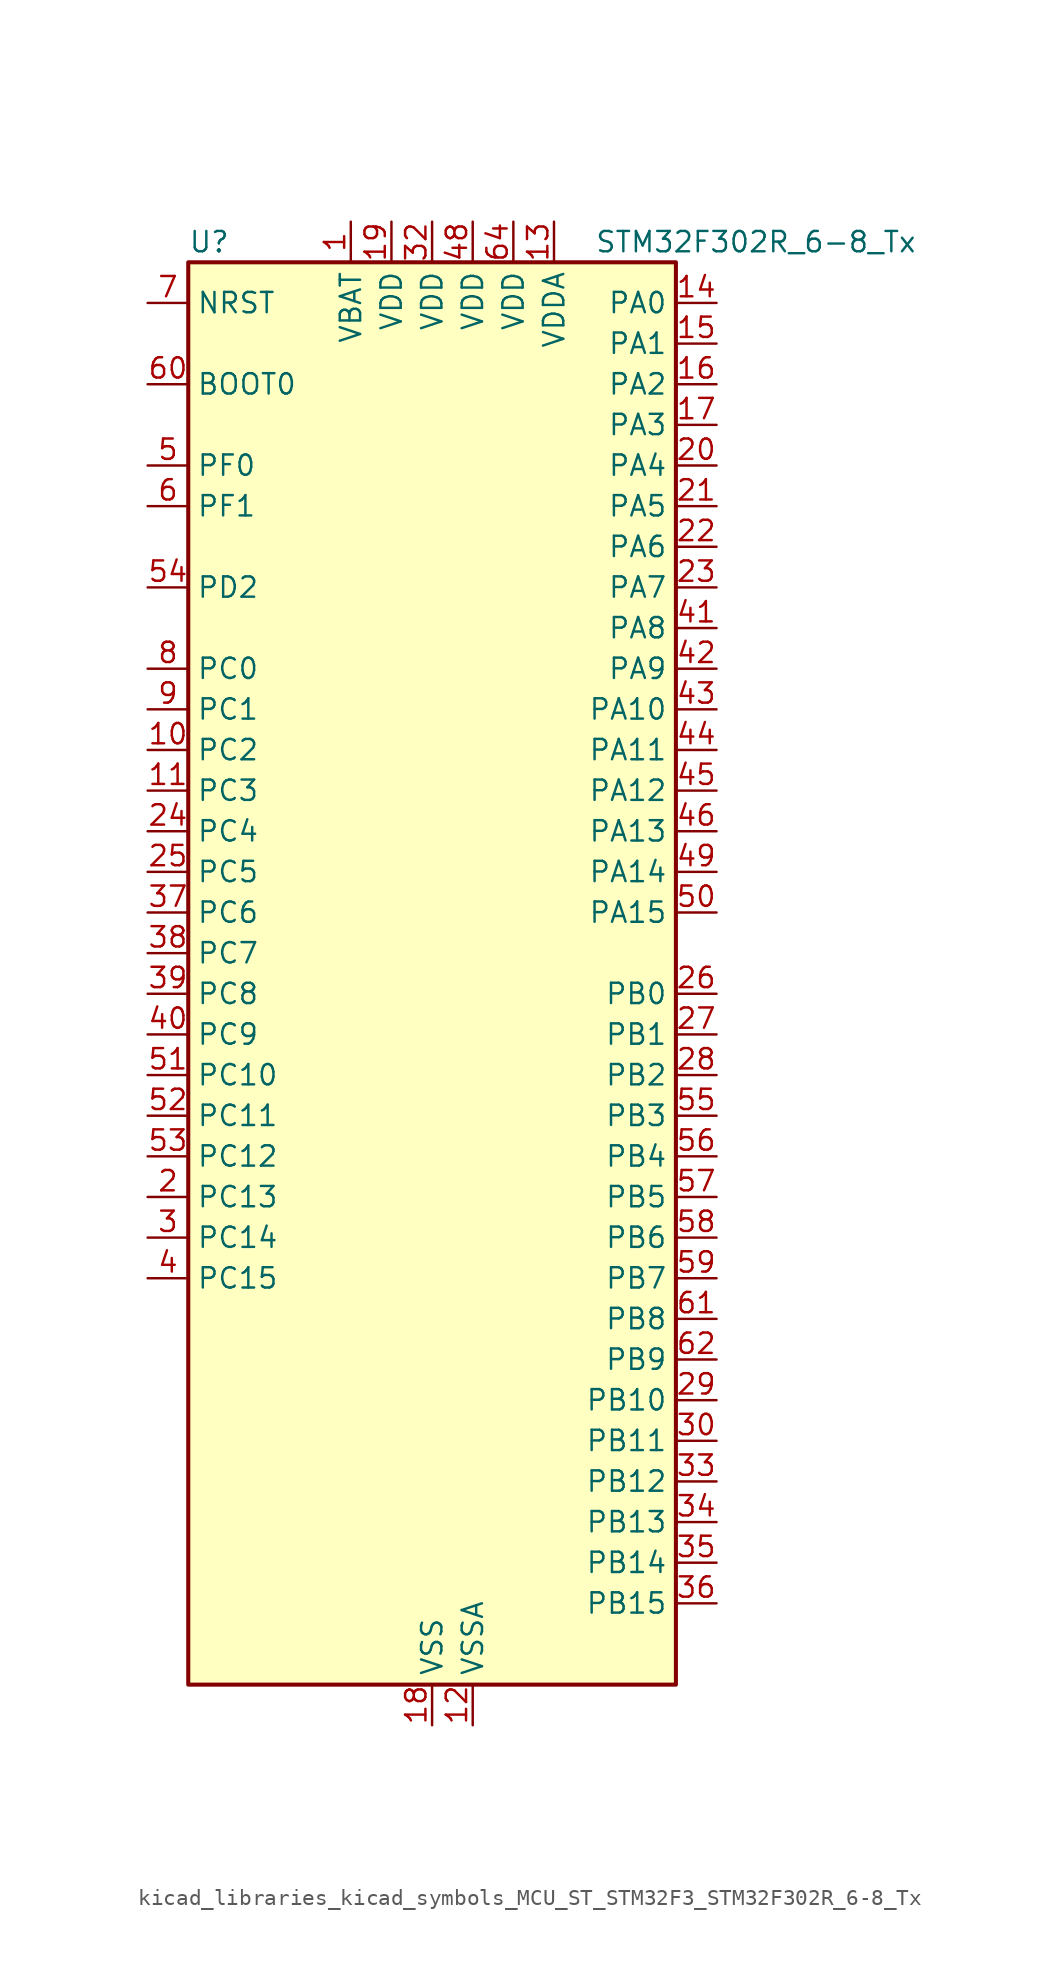
<source format=kicad_sym>
(kicad_symbol_lib
  (version 20220914)
  (generator kicad_symbol_editor)
  (symbol "kicad_libraries_kicad_symbols_MCU_ST_STM32F3_STM32F302R_6-8_Tx"
    (property "Reference" "U"
      (at -15.24 46.99 0)
      (effects (font (size 1.27 1.27)) (justify left)))
    (property "Value" "STM32F302R_6-8_Tx"
      (at 10.16 46.99 0)
      (effects (font (size 1.27 1.27)) (justify left)))
    (property "ki_locked" ""
      (at 0 0 0)
      (effects (font (size 1.27 1.27))))
    (symbol "kicad_libraries_kicad_symbols_MCU_ST_STM32F3_STM32F302R_6-8_Tx_0_1"
      (rectangle (start -15.24 -43.18) (end 15.24 45.72) (stroke (width 0.254) (type default)) (fill (type background))))
    (symbol "kicad_libraries_kicad_symbols_MCU_ST_STM32F3_STM32F302R_6-8_Tx_1_1"
      (pin power_in line (at -5.08 48.26 270) (length 2.54) (name "VBAT" (effects (font (size 1.27 1.27)))) (number "1" (effects (font (size 1.27 1.27)))))
      (pin bidirectional line (at -17.78 15.24 0) (length 2.54) (name "PC2" (effects (font (size 1.27 1.27)))) (number "10" (effects (font (size 1.27 1.27)))) (alternate "ADC1_IN8" bidirectional line) (alternate "TIM1_CH3" bidirectional line))
      (pin bidirectional line (at -17.78 12.7 0) (length 2.54) (name "PC3" (effects (font (size 1.27 1.27)))) (number "11" (effects (font (size 1.27 1.27)))) (alternate "ADC1_IN9" bidirectional line) (alternate "TIM1_BKIN2" bidirectional line) (alternate "TIM1_CH4" bidirectional line))
      (pin power_in line (at 2.54 -45.72 90) (length 2.54) (name "VSSA" (effects (font (size 1.27 1.27)))) (number "12" (effects (font (size 1.27 1.27)))))
      (pin power_in line (at 7.62 48.26 270) (length 2.54) (name "VDDA" (effects (font (size 1.27 1.27)))) (number "13" (effects (font (size 1.27 1.27)))))
      (pin bidirectional line (at 17.78 43.18 180) (length 2.54) (name "PA0" (effects (font (size 1.27 1.27)))) (number "14" (effects (font (size 1.27 1.27)))) (alternate "ADC1_IN1" bidirectional line) (alternate "RTC_TAMP2" bidirectional line) (alternate "SYS_WKUP1" bidirectional line) (alternate "TIM2_CH1" bidirectional line) (alternate "TIM2_ETR" bidirectional line) (alternate "TSC_G1_IO1" bidirectional line) (alternate "USART2_CTS" bidirectional line))
      (pin bidirectional line (at 17.78 40.64 180) (length 2.54) (name "PA1" (effects (font (size 1.27 1.27)))) (number "15" (effects (font (size 1.27 1.27)))) (alternate "ADC1_IN2" bidirectional line) (alternate "RTC_REFIN" bidirectional line) (alternate "TIM15_CH1N" bidirectional line) (alternate "TIM2_CH2" bidirectional line) (alternate "TSC_G1_IO2" bidirectional line) (alternate "USART2_DE" bidirectional line) (alternate "USART2_RTS" bidirectional line))
      (pin bidirectional line (at 17.78 38.1 180) (length 2.54) (name "PA2" (effects (font (size 1.27 1.27)))) (number "16" (effects (font (size 1.27 1.27)))) (alternate "ADC1_IN3" bidirectional line) (alternate "COMP2_INM" bidirectional line) (alternate "COMP2_OUT" bidirectional line) (alternate "TIM15_CH1" bidirectional line) (alternate "TIM2_CH3" bidirectional line) (alternate "TSC_G1_IO3" bidirectional line) (alternate "USART2_TX" bidirectional line))
      (pin bidirectional line (at 17.78 35.56 180) (length 2.54) (name "PA3" (effects (font (size 1.27 1.27)))) (number "17" (effects (font (size 1.27 1.27)))) (alternate "ADC1_IN4" bidirectional line) (alternate "TIM15_CH2" bidirectional line) (alternate "TIM2_CH4" bidirectional line) (alternate "TSC_G1_IO4" bidirectional line) (alternate "USART2_RX" bidirectional line))
      (pin power_in line (at 0 -45.72 90) (length 2.54) (name "VSS" (effects (font (size 1.27 1.27)))) (number "18" (effects (font (size 1.27 1.27)))))
      (pin power_in line (at -2.54 48.26 270) (length 2.54) (name "VDD" (effects (font (size 1.27 1.27)))) (number "19" (effects (font (size 1.27 1.27)))))
      (pin bidirectional line (at -17.78 -12.7 0) (length 2.54) (name "PC13" (effects (font (size 1.27 1.27)))) (number "2" (effects (font (size 1.27 1.27)))) (alternate "RTC_OUT_ALARM" bidirectional line) (alternate "RTC_OUT_CALIB" bidirectional line) (alternate "RTC_TAMP1" bidirectional line) (alternate "RTC_TS" bidirectional line) (alternate "SYS_WKUP2" bidirectional line) (alternate "TIM1_CH1N" bidirectional line))
      (pin bidirectional line (at 17.78 33.02 180) (length 2.54) (name "PA4" (effects (font (size 1.27 1.27)))) (number "20" (effects (font (size 1.27 1.27)))) (alternate "ADC1_IN5" bidirectional line) (alternate "COMP2_INM" bidirectional line) (alternate "COMP4_INM" bidirectional line) (alternate "COMP6_INM" bidirectional line) (alternate "DAC_OUT1" bidirectional line) (alternate "I2S3_WS" bidirectional line) (alternate "SPI3_NSS" bidirectional line) (alternate "TSC_G2_IO1" bidirectional line) (alternate "USART2_CK" bidirectional line))
      (pin bidirectional line (at 17.78 30.48 180) (length 2.54) (name "PA5" (effects (font (size 1.27 1.27)))) (number "21" (effects (font (size 1.27 1.27)))) (alternate "OPAMP2_VINM" bidirectional line) (alternate "OPAMP2_VINM_SEC" bidirectional line) (alternate "TIM2_CH1" bidirectional line) (alternate "TIM2_ETR" bidirectional line) (alternate "TSC_G2_IO2" bidirectional line))
      (pin bidirectional line (at 17.78 27.94 180) (length 2.54) (name "PA6" (effects (font (size 1.27 1.27)))) (number "22" (effects (font (size 1.27 1.27)))) (alternate "ADC1_IN10" bidirectional line) (alternate "OPAMP2_VOUT" bidirectional line) (alternate "TIM16_CH1" bidirectional line) (alternate "TIM1_BKIN" bidirectional line) (alternate "TSC_G2_IO3" bidirectional line))
      (pin bidirectional line (at 17.78 25.4 180) (length 2.54) (name "PA7" (effects (font (size 1.27 1.27)))) (number "23" (effects (font (size 1.27 1.27)))) (alternate "ADC1_IN15" bidirectional line) (alternate "COMP2_INP" bidirectional line) (alternate "OPAMP2_VINP" bidirectional line) (alternate "OPAMP2_VINP_SEC" bidirectional line) (alternate "TIM17_CH1" bidirectional line) (alternate "TIM1_CH1N" bidirectional line) (alternate "TSC_G2_IO4" bidirectional line))
      (pin bidirectional line (at -17.78 10.16 0) (length 2.54) (name "PC4" (effects (font (size 1.27 1.27)))) (number "24" (effects (font (size 1.27 1.27)))) (alternate "TIM1_ETR" bidirectional line) (alternate "USART1_TX" bidirectional line))
      (pin bidirectional line (at -17.78 7.62 0) (length 2.54) (name "PC5" (effects (font (size 1.27 1.27)))) (number "25" (effects (font (size 1.27 1.27)))) (alternate "OPAMP2_VINM" bidirectional line) (alternate "OPAMP2_VINM_SEC" bidirectional line) (alternate "TIM15_BKIN" bidirectional line) (alternate "TSC_G3_IO1" bidirectional line) (alternate "USART1_RX" bidirectional line))
      (pin bidirectional line (at 17.78 0 180) (length 2.54) (name "PB0" (effects (font (size 1.27 1.27)))) (number "26" (effects (font (size 1.27 1.27)))) (alternate "ADC1_IN11" bidirectional line) (alternate "COMP4_INP" bidirectional line) (alternate "OPAMP2_VINP" bidirectional line) (alternate "OPAMP2_VINP_SEC" bidirectional line) (alternate "TIM1_CH2N" bidirectional line) (alternate "TSC_G3_IO2" bidirectional line))
      (pin bidirectional line (at 17.78 -2.54 180) (length 2.54) (name "PB1" (effects (font (size 1.27 1.27)))) (number "27" (effects (font (size 1.27 1.27)))) (alternate "ADC1_IN12" bidirectional line) (alternate "COMP4_OUT" bidirectional line) (alternate "TIM1_CH3N" bidirectional line) (alternate "TSC_G3_IO3" bidirectional line))
      (pin bidirectional line (at 17.78 -5.08 180) (length 2.54) (name "PB2" (effects (font (size 1.27 1.27)))) (number "28" (effects (font (size 1.27 1.27)))) (alternate "COMP4_INM" bidirectional line) (alternate "TSC_G3_IO4" bidirectional line))
      (pin bidirectional line (at 17.78 -25.4 180) (length 2.54) (name "PB10" (effects (font (size 1.27 1.27)))) (number "29" (effects (font (size 1.27 1.27)))) (alternate "TIM2_CH3" bidirectional line) (alternate "TSC_SYNC" bidirectional line) (alternate "USART3_TX" bidirectional line))
      (pin bidirectional line (at -17.78 -15.24 0) (length 2.54) (name "PC14" (effects (font (size 1.27 1.27)))) (number "3" (effects (font (size 1.27 1.27)))) (alternate "RCC_OSC32_IN" bidirectional line))
      (pin bidirectional line (at 17.78 -27.94 180) (length 2.54) (name "PB11" (effects (font (size 1.27 1.27)))) (number "30" (effects (font (size 1.27 1.27)))) (alternate "ADC1_EXTI11" bidirectional line) (alternate "ADC1_IN14" bidirectional line) (alternate "COMP6_INP" bidirectional line) (alternate "TIM2_CH4" bidirectional line) (alternate "TSC_G6_IO1" bidirectional line) (alternate "USART3_RX" bidirectional line))
      (pin passive line (at 0 -45.72 90) (length 2.54) hide (name "VSS" (effects (font (size 1.27 1.27)))) (number "31" (effects (font (size 1.27 1.27)))))
      (pin power_in line (at 0 48.26 270) (length 2.54) (name "VDD" (effects (font (size 1.27 1.27)))) (number "32" (effects (font (size 1.27 1.27)))))
      (pin bidirectional line (at 17.78 -30.48 180) (length 2.54) (name "PB12" (effects (font (size 1.27 1.27)))) (number "33" (effects (font (size 1.27 1.27)))) (alternate "I2C2_SMBA" bidirectional line) (alternate "I2S2_WS" bidirectional line) (alternate "SPI2_NSS" bidirectional line) (alternate "TIM1_BKIN" bidirectional line) (alternate "TSC_G6_IO2" bidirectional line) (alternate "USART3_CK" bidirectional line))
      (pin bidirectional line (at 17.78 -33.02 180) (length 2.54) (name "PB13" (effects (font (size 1.27 1.27)))) (number "34" (effects (font (size 1.27 1.27)))) (alternate "ADC1_IN13" bidirectional line) (alternate "I2S2_CK" bidirectional line) (alternate "SPI2_SCK" bidirectional line) (alternate "TIM1_CH1N" bidirectional line) (alternate "TSC_G6_IO3" bidirectional line) (alternate "USART3_CTS" bidirectional line))
      (pin bidirectional line (at 17.78 -35.56 180) (length 2.54) (name "PB14" (effects (font (size 1.27 1.27)))) (number "35" (effects (font (size 1.27 1.27)))) (alternate "I2S2_ext_SD" bidirectional line) (alternate "OPAMP2_VINP" bidirectional line) (alternate "OPAMP2_VINP_SEC" bidirectional line) (alternate "SPI2_MISO" bidirectional line) (alternate "TIM15_CH1" bidirectional line) (alternate "TIM1_CH2N" bidirectional line) (alternate "TSC_G6_IO4" bidirectional line) (alternate "USART3_DE" bidirectional line) (alternate "USART3_RTS" bidirectional line))
      (pin bidirectional line (at 17.78 -38.1 180) (length 2.54) (name "PB15" (effects (font (size 1.27 1.27)))) (number "36" (effects (font (size 1.27 1.27)))) (alternate "ADC1_EXTI15" bidirectional line) (alternate "COMP6_INM" bidirectional line) (alternate "I2S2_SD" bidirectional line) (alternate "RTC_REFIN" bidirectional line) (alternate "SPI2_MOSI" bidirectional line) (alternate "TIM15_CH1N" bidirectional line) (alternate "TIM15_CH2" bidirectional line) (alternate "TIM1_CH3N" bidirectional line))
      (pin bidirectional line (at -17.78 5.08 0) (length 2.54) (name "PC6" (effects (font (size 1.27 1.27)))) (number "37" (effects (font (size 1.27 1.27)))) (alternate "COMP6_OUT" bidirectional line) (alternate "I2S2_MCK" bidirectional line))
      (pin bidirectional line (at -17.78 2.54 0) (length 2.54) (name "PC7" (effects (font (size 1.27 1.27)))) (number "38" (effects (font (size 1.27 1.27)))) (alternate "I2S3_MCK" bidirectional line))
      (pin bidirectional line (at -17.78 0 0) (length 2.54) (name "PC8" (effects (font (size 1.27 1.27)))) (number "39" (effects (font (size 1.27 1.27)))))
      (pin bidirectional line (at -17.78 -17.78 0) (length 2.54) (name "PC15" (effects (font (size 1.27 1.27)))) (number "4" (effects (font (size 1.27 1.27)))) (alternate "ADC1_EXTI15" bidirectional line) (alternate "RCC_OSC32_OUT" bidirectional line))
      (pin bidirectional line (at -17.78 -2.54 0) (length 2.54) (name "PC9" (effects (font (size 1.27 1.27)))) (number "40" (effects (font (size 1.27 1.27)))) (alternate "DAC_EXTI9" bidirectional line) (alternate "I2C3_SDA" bidirectional line) (alternate "I2S_CKIN" bidirectional line))
      (pin bidirectional line (at 17.78 22.86 180) (length 2.54) (name "PA8" (effects (font (size 1.27 1.27)))) (number "41" (effects (font (size 1.27 1.27)))) (alternate "I2C2_SMBA" bidirectional line) (alternate "I2C3_SCL" bidirectional line) (alternate "I2S2_MCK" bidirectional line) (alternate "RCC_MCO" bidirectional line) (alternate "TIM1_CH1" bidirectional line) (alternate "USART1_CK" bidirectional line))
      (pin bidirectional line (at 17.78 20.32 180) (length 2.54) (name "PA9" (effects (font (size 1.27 1.27)))) (number "42" (effects (font (size 1.27 1.27)))) (alternate "DAC_EXTI9" bidirectional line) (alternate "I2C2_SCL" bidirectional line) (alternate "I2C3_SMBA" bidirectional line) (alternate "I2S3_MCK" bidirectional line) (alternate "TIM15_BKIN" bidirectional line) (alternate "TIM1_CH2" bidirectional line) (alternate "TIM2_CH3" bidirectional line) (alternate "TSC_G4_IO1" bidirectional line) (alternate "USART1_TX" bidirectional line))
      (pin bidirectional line (at 17.78 17.78 180) (length 2.54) (name "PA10" (effects (font (size 1.27 1.27)))) (number "43" (effects (font (size 1.27 1.27)))) (alternate "COMP6_OUT" bidirectional line) (alternate "I2C2_SDA" bidirectional line) (alternate "I2S2_ext_SD" bidirectional line) (alternate "SPI2_MISO" bidirectional line) (alternate "TIM17_BKIN" bidirectional line) (alternate "TIM1_CH3" bidirectional line) (alternate "TIM2_CH4" bidirectional line) (alternate "TSC_G4_IO2" bidirectional line) (alternate "USART1_RX" bidirectional line))
      (pin bidirectional line (at 17.78 15.24 180) (length 2.54) (name "PA11" (effects (font (size 1.27 1.27)))) (number "44" (effects (font (size 1.27 1.27)))) (alternate "ADC1_EXTI11" bidirectional line) (alternate "CAN_RX" bidirectional line) (alternate "I2S2_SD" bidirectional line) (alternate "SPI2_MOSI" bidirectional line) (alternate "TIM1_BKIN2" bidirectional line) (alternate "TIM1_CH1N" bidirectional line) (alternate "TIM1_CH4" bidirectional line) (alternate "USART1_CTS" bidirectional line) (alternate "USB_DM" bidirectional line))
      (pin bidirectional line (at 17.78 12.7 180) (length 2.54) (name "PA12" (effects (font (size 1.27 1.27)))) (number "45" (effects (font (size 1.27 1.27)))) (alternate "CAN_TX" bidirectional line) (alternate "COMP2_OUT" bidirectional line) (alternate "I2S_CKIN" bidirectional line) (alternate "TIM16_CH1" bidirectional line) (alternate "TIM1_CH2N" bidirectional line) (alternate "TIM1_ETR" bidirectional line) (alternate "USART1_DE" bidirectional line) (alternate "USART1_RTS" bidirectional line) (alternate "USB_DP" bidirectional line))
      (pin bidirectional line (at 17.78 10.16 180) (length 2.54) (name "PA13" (effects (font (size 1.27 1.27)))) (number "46" (effects (font (size 1.27 1.27)))) (alternate "IR_OUT" bidirectional line) (alternate "SYS_JTMS-SWDIO" bidirectional line) (alternate "TIM16_CH1N" bidirectional line) (alternate "TSC_G4_IO3" bidirectional line) (alternate "USART3_CTS" bidirectional line))
      (pin passive line (at 0 -45.72 90) (length 2.54) hide (name "VSS" (effects (font (size 1.27 1.27)))) (number "47" (effects (font (size 1.27 1.27)))))
      (pin power_in line (at 2.54 48.26 270) (length 2.54) (name "VDD" (effects (font (size 1.27 1.27)))) (number "48" (effects (font (size 1.27 1.27)))))
      (pin bidirectional line (at 17.78 7.62 180) (length 2.54) (name "PA14" (effects (font (size 1.27 1.27)))) (number "49" (effects (font (size 1.27 1.27)))) (alternate "I2C1_SDA" bidirectional line) (alternate "SYS_JTCK-SWCLK" bidirectional line) (alternate "TIM1_BKIN" bidirectional line) (alternate "TSC_G4_IO4" bidirectional line) (alternate "USART2_TX" bidirectional line))
      (pin bidirectional line (at -17.78 33.02 0) (length 2.54) (name "PF0" (effects (font (size 1.27 1.27)))) (number "5" (effects (font (size 1.27 1.27)))) (alternate "I2C2_SDA" bidirectional line) (alternate "I2S2_WS" bidirectional line) (alternate "RCC_OSC_IN" bidirectional line) (alternate "SPI2_NSS" bidirectional line) (alternate "TIM1_CH3N" bidirectional line))
      (pin bidirectional line (at 17.78 5.08 180) (length 2.54) (name "PA15" (effects (font (size 1.27 1.27)))) (number "50" (effects (font (size 1.27 1.27)))) (alternate "ADC1_EXTI15" bidirectional line) (alternate "I2C1_SCL" bidirectional line) (alternate "I2S3_WS" bidirectional line) (alternate "SPI3_NSS" bidirectional line) (alternate "SYS_JTDI" bidirectional line) (alternate "TIM1_BKIN" bidirectional line) (alternate "TIM2_CH1" bidirectional line) (alternate "TIM2_ETR" bidirectional line) (alternate "TSC_SYNC" bidirectional line) (alternate "USART2_RX" bidirectional line))
      (pin bidirectional line (at -17.78 -5.08 0) (length 2.54) (name "PC10" (effects (font (size 1.27 1.27)))) (number "51" (effects (font (size 1.27 1.27)))) (alternate "I2S3_CK" bidirectional line) (alternate "SPI3_SCK" bidirectional line) (alternate "USART3_TX" bidirectional line))
      (pin bidirectional line (at -17.78 -7.62 0) (length 2.54) (name "PC11" (effects (font (size 1.27 1.27)))) (number "52" (effects (font (size 1.27 1.27)))) (alternate "ADC1_EXTI11" bidirectional line) (alternate "I2S3_ext_SD" bidirectional line) (alternate "SPI3_MISO" bidirectional line) (alternate "USART3_RX" bidirectional line))
      (pin bidirectional line (at -17.78 -10.16 0) (length 2.54) (name "PC12" (effects (font (size 1.27 1.27)))) (number "53" (effects (font (size 1.27 1.27)))) (alternate "I2S3_SD" bidirectional line) (alternate "SPI3_MOSI" bidirectional line) (alternate "USART3_CK" bidirectional line))
      (pin bidirectional line (at -17.78 25.4 0) (length 2.54) (name "PD2" (effects (font (size 1.27 1.27)))) (number "54" (effects (font (size 1.27 1.27)))))
      (pin bidirectional line (at 17.78 -7.62 180) (length 2.54) (name "PB3" (effects (font (size 1.27 1.27)))) (number "55" (effects (font (size 1.27 1.27)))) (alternate "I2S3_CK" bidirectional line) (alternate "SPI3_SCK" bidirectional line) (alternate "SYS_JTDO-TRACESWO" bidirectional line) (alternate "TIM2_CH2" bidirectional line) (alternate "TSC_G5_IO1" bidirectional line) (alternate "USART2_TX" bidirectional line))
      (pin bidirectional line (at 17.78 -10.16 180) (length 2.54) (name "PB4" (effects (font (size 1.27 1.27)))) (number "56" (effects (font (size 1.27 1.27)))) (alternate "I2S3_ext_SD" bidirectional line) (alternate "SPI3_MISO" bidirectional line) (alternate "SYS_NJTRST" bidirectional line) (alternate "TIM16_CH1" bidirectional line) (alternate "TIM17_BKIN" bidirectional line) (alternate "TSC_G5_IO2" bidirectional line) (alternate "USART2_RX" bidirectional line))
      (pin bidirectional line (at 17.78 -12.7 180) (length 2.54) (name "PB5" (effects (font (size 1.27 1.27)))) (number "57" (effects (font (size 1.27 1.27)))) (alternate "I2C1_SMBA" bidirectional line) (alternate "I2C3_SDA" bidirectional line) (alternate "I2S3_SD" bidirectional line) (alternate "SPI3_MOSI" bidirectional line) (alternate "TIM16_BKIN" bidirectional line) (alternate "TIM17_CH1" bidirectional line) (alternate "USART2_CK" bidirectional line))
      (pin bidirectional line (at 17.78 -15.24 180) (length 2.54) (name "PB6" (effects (font (size 1.27 1.27)))) (number "58" (effects (font (size 1.27 1.27)))) (alternate "I2C1_SCL" bidirectional line) (alternate "TIM16_CH1N" bidirectional line) (alternate "TSC_G5_IO3" bidirectional line) (alternate "USART1_TX" bidirectional line))
      (pin bidirectional line (at 17.78 -17.78 180) (length 2.54) (name "PB7" (effects (font (size 1.27 1.27)))) (number "59" (effects (font (size 1.27 1.27)))) (alternate "I2C1_SDA" bidirectional line) (alternate "TIM17_CH1N" bidirectional line) (alternate "TSC_G5_IO4" bidirectional line) (alternate "USART1_RX" bidirectional line))
      (pin bidirectional line (at -17.78 30.48 0) (length 2.54) (name "PF1" (effects (font (size 1.27 1.27)))) (number "6" (effects (font (size 1.27 1.27)))) (alternate "I2C2_SCL" bidirectional line) (alternate "I2S2_CK" bidirectional line) (alternate "RCC_OSC_OUT" bidirectional line) (alternate "SPI2_SCK" bidirectional line))
      (pin input line (at -17.78 38.1 0) (length 2.54) (name "BOOT0" (effects (font (size 1.27 1.27)))) (number "60" (effects (font (size 1.27 1.27)))))
      (pin bidirectional line (at 17.78 -20.32 180) (length 2.54) (name "PB8" (effects (font (size 1.27 1.27)))) (number "61" (effects (font (size 1.27 1.27)))) (alternate "CAN_RX" bidirectional line) (alternate "I2C1_SCL" bidirectional line) (alternate "TIM16_CH1" bidirectional line) (alternate "TIM1_BKIN" bidirectional line) (alternate "TSC_SYNC" bidirectional line) (alternate "USART3_RX" bidirectional line))
      (pin bidirectional line (at 17.78 -22.86 180) (length 2.54) (name "PB9" (effects (font (size 1.27 1.27)))) (number "62" (effects (font (size 1.27 1.27)))) (alternate "CAN_TX" bidirectional line) (alternate "COMP2_OUT" bidirectional line) (alternate "DAC_EXTI9" bidirectional line) (alternate "I2C1_SDA" bidirectional line) (alternate "IR_OUT" bidirectional line) (alternate "TIM17_CH1" bidirectional line) (alternate "USART3_TX" bidirectional line))
      (pin passive line (at 0 -45.72 90) (length 2.54) hide (name "VSS" (effects (font (size 1.27 1.27)))) (number "63" (effects (font (size 1.27 1.27)))))
      (pin power_in line (at 5.08 48.26 270) (length 2.54) (name "VDD" (effects (font (size 1.27 1.27)))) (number "64" (effects (font (size 1.27 1.27)))))
      (pin input line (at -17.78 43.18 0) (length 2.54) (name "NRST" (effects (font (size 1.27 1.27)))) (number "7" (effects (font (size 1.27 1.27)))))
      (pin bidirectional line (at -17.78 20.32 0) (length 2.54) (name "PC0" (effects (font (size 1.27 1.27)))) (number "8" (effects (font (size 1.27 1.27)))) (alternate "ADC1_IN6" bidirectional line) (alternate "TIM1_CH1" bidirectional line))
      (pin bidirectional line (at -17.78 17.78 0) (length 2.54) (name "PC1" (effects (font (size 1.27 1.27)))) (number "9" (effects (font (size 1.27 1.27)))) (alternate "ADC1_IN7" bidirectional line) (alternate "TIM1_CH2" bidirectional line)))))
</source>
